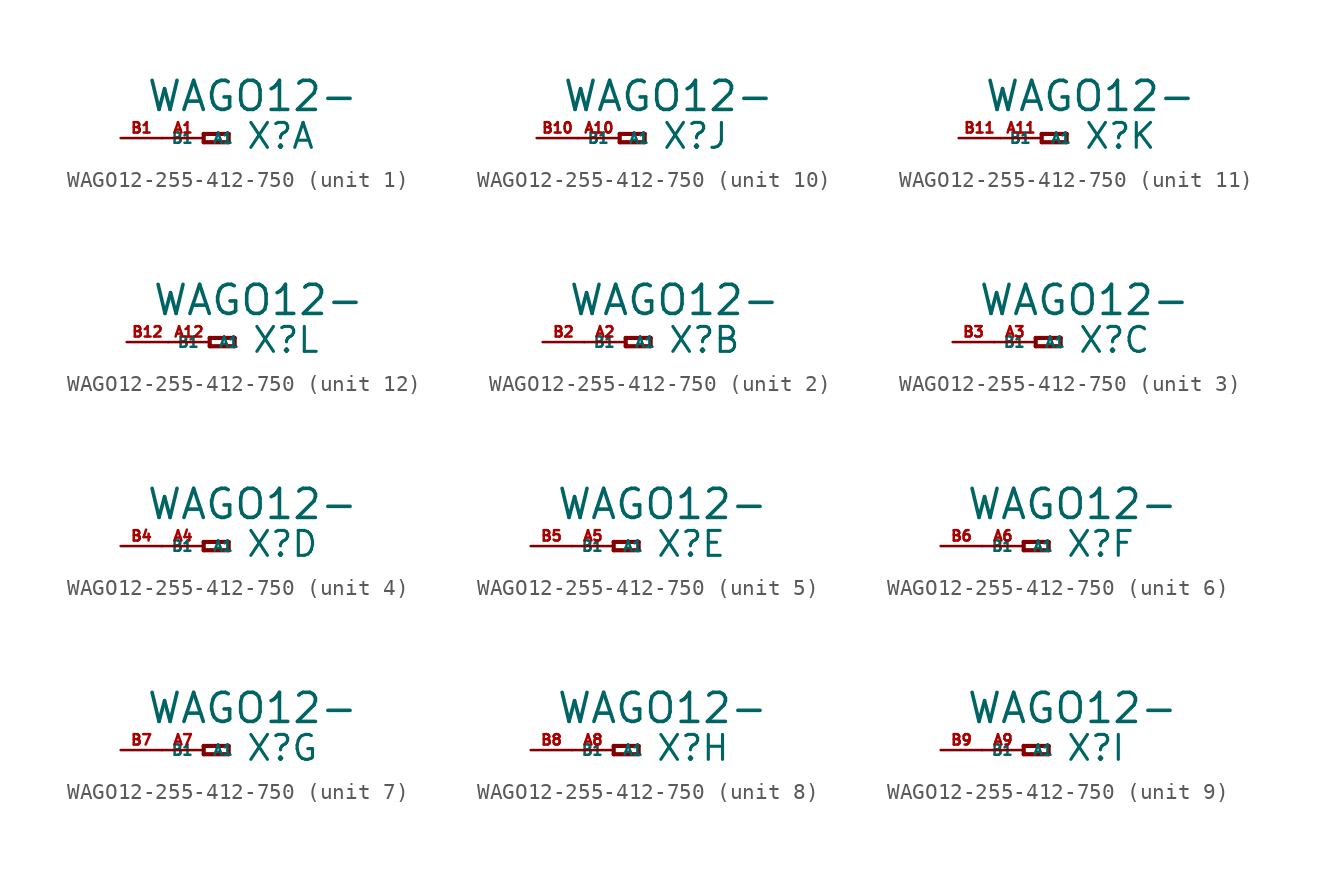
<source format=kicad_sym>
(kicad_symbol_lib
  (version 20220914)
  (generator Eagle2Kicad)
  (symbol "WAGO12-255-412-750"
    (property "Reference" "X"
      (at 2.54 -0.762 0)
      (effects (font (size 1.524 1.524) (thickness 0.19)) (justify left bottom)))
    (property "Value" "WAGO12-"
      (at -3.556 1.524 0)
      (effects (font (size 1.778 1.778) (thickness 0.22)) (justify left bottom)))
    (symbol "WAGO12-255-412-750_1_0"
      (polyline (pts (xy 0 0.254) (xy 0 -0.254)) (stroke (width 0.254) (type default)) (fill (type none)))
      (polyline (pts (xy 0 -0.254) (xy 1.524 -0.254)) (stroke (width 0.254) (type default)) (fill (type none)))
      (polyline (pts (xy 1.524 -0.254) (xy 1.524 0.254)) (stroke (width 0.254) (type default)) (fill (type none)))
      (polyline (pts (xy 1.524 0.254) (xy 0 0.254)) (stroke (width 0.254) (type default)) (fill (type none)))
      (pin passive line (at -2.54 0 0) (length 2.54) (name "A1" (effects (font (size 0.635 0.635) (thickness 0.08)) (justify left bottom))) (number "A1" (effects (font (size 0.635 0.635) (thickness 0.08)) (justify left bottom))))
      (pin passive line (at -5.08 0 0) (length 2.54) (name "B1" (effects (font (size 0.635 0.635) (thickness 0.08)) (justify left bottom))) (number "B1" (effects (font (size 0.635 0.635) (thickness 0.08)) (justify left bottom)))))
    (symbol "WAGO12-255-412-750_2_0"
      (polyline (pts (xy 0 0.254) (xy 0 -0.254)) (stroke (width 0.254) (type default)) (fill (type none)))
      (polyline (pts (xy 0 -0.254) (xy 1.524 -0.254)) (stroke (width 0.254) (type default)) (fill (type none)))
      (polyline (pts (xy 1.524 -0.254) (xy 1.524 0.254)) (stroke (width 0.254) (type default)) (fill (type none)))
      (polyline (pts (xy 1.524 0.254) (xy 0 0.254)) (stroke (width 0.254) (type default)) (fill (type none)))
      (pin passive line (at -2.54 0 0) (length 2.54) (name "A1" (effects (font (size 0.635 0.635) (thickness 0.08)) (justify left bottom))) (number "A2" (effects (font (size 0.635 0.635) (thickness 0.08)) (justify left bottom))))
      (pin passive line (at -5.08 0 0) (length 2.54) (name "B1" (effects (font (size 0.635 0.635) (thickness 0.08)) (justify left bottom))) (number "B2" (effects (font (size 0.635 0.635) (thickness 0.08)) (justify left bottom)))))
    (symbol "WAGO12-255-412-750_3_0"
      (polyline (pts (xy 0 0.254) (xy 0 -0.254)) (stroke (width 0.254) (type default)) (fill (type none)))
      (polyline (pts (xy 0 -0.254) (xy 1.524 -0.254)) (stroke (width 0.254) (type default)) (fill (type none)))
      (polyline (pts (xy 1.524 -0.254) (xy 1.524 0.254)) (stroke (width 0.254) (type default)) (fill (type none)))
      (polyline (pts (xy 1.524 0.254) (xy 0 0.254)) (stroke (width 0.254) (type default)) (fill (type none)))
      (pin passive line (at -2.54 0 0) (length 2.54) (name "A1" (effects (font (size 0.635 0.635) (thickness 0.08)) (justify left bottom))) (number "A3" (effects (font (size 0.635 0.635) (thickness 0.08)) (justify left bottom))))
      (pin passive line (at -5.08 0 0) (length 2.54) (name "B1" (effects (font (size 0.635 0.635) (thickness 0.08)) (justify left bottom))) (number "B3" (effects (font (size 0.635 0.635) (thickness 0.08)) (justify left bottom)))))
    (symbol "WAGO12-255-412-750_4_0"
      (polyline (pts (xy 0 0.254) (xy 0 -0.254)) (stroke (width 0.254) (type default)) (fill (type none)))
      (polyline (pts (xy 0 -0.254) (xy 1.524 -0.254)) (stroke (width 0.254) (type default)) (fill (type none)))
      (polyline (pts (xy 1.524 -0.254) (xy 1.524 0.254)) (stroke (width 0.254) (type default)) (fill (type none)))
      (polyline (pts (xy 1.524 0.254) (xy 0 0.254)) (stroke (width 0.254) (type default)) (fill (type none)))
      (pin passive line (at -2.54 0 0) (length 2.54) (name "A1" (effects (font (size 0.635 0.635) (thickness 0.08)) (justify left bottom))) (number "A4" (effects (font (size 0.635 0.635) (thickness 0.08)) (justify left bottom))))
      (pin passive line (at -5.08 0 0) (length 2.54) (name "B1" (effects (font (size 0.635 0.635) (thickness 0.08)) (justify left bottom))) (number "B4" (effects (font (size 0.635 0.635) (thickness 0.08)) (justify left bottom)))))
    (symbol "WAGO12-255-412-750_5_0"
      (polyline (pts (xy 0 0.254) (xy 0 -0.254)) (stroke (width 0.254) (type default)) (fill (type none)))
      (polyline (pts (xy 0 -0.254) (xy 1.524 -0.254)) (stroke (width 0.254) (type default)) (fill (type none)))
      (polyline (pts (xy 1.524 -0.254) (xy 1.524 0.254)) (stroke (width 0.254) (type default)) (fill (type none)))
      (polyline (pts (xy 1.524 0.254) (xy 0 0.254)) (stroke (width 0.254) (type default)) (fill (type none)))
      (pin passive line (at -2.54 0 0) (length 2.54) (name "A1" (effects (font (size 0.635 0.635) (thickness 0.08)) (justify left bottom))) (number "A5" (effects (font (size 0.635 0.635) (thickness 0.08)) (justify left bottom))))
      (pin passive line (at -5.08 0 0) (length 2.54) (name "B1" (effects (font (size 0.635 0.635) (thickness 0.08)) (justify left bottom))) (number "B5" (effects (font (size 0.635 0.635) (thickness 0.08)) (justify left bottom)))))
    (symbol "WAGO12-255-412-750_6_0"
      (polyline (pts (xy 0 0.254) (xy 0 -0.254)) (stroke (width 0.254) (type default)) (fill (type none)))
      (polyline (pts (xy 0 -0.254) (xy 1.524 -0.254)) (stroke (width 0.254) (type default)) (fill (type none)))
      (polyline (pts (xy 1.524 -0.254) (xy 1.524 0.254)) (stroke (width 0.254) (type default)) (fill (type none)))
      (polyline (pts (xy 1.524 0.254) (xy 0 0.254)) (stroke (width 0.254) (type default)) (fill (type none)))
      (pin passive line (at -2.54 0 0) (length 2.54) (name "A1" (effects (font (size 0.635 0.635) (thickness 0.08)) (justify left bottom))) (number "A6" (effects (font (size 0.635 0.635) (thickness 0.08)) (justify left bottom))))
      (pin passive line (at -5.08 0 0) (length 2.54) (name "B1" (effects (font (size 0.635 0.635) (thickness 0.08)) (justify left bottom))) (number "B6" (effects (font (size 0.635 0.635) (thickness 0.08)) (justify left bottom)))))
    (symbol "WAGO12-255-412-750_7_0"
      (polyline (pts (xy 0 0.254) (xy 0 -0.254)) (stroke (width 0.254) (type default)) (fill (type none)))
      (polyline (pts (xy 0 -0.254) (xy 1.524 -0.254)) (stroke (width 0.254) (type default)) (fill (type none)))
      (polyline (pts (xy 1.524 -0.254) (xy 1.524 0.254)) (stroke (width 0.254) (type default)) (fill (type none)))
      (polyline (pts (xy 1.524 0.254) (xy 0 0.254)) (stroke (width 0.254) (type default)) (fill (type none)))
      (pin passive line (at -2.54 0 0) (length 2.54) (name "A1" (effects (font (size 0.635 0.635) (thickness 0.08)) (justify left bottom))) (number "A7" (effects (font (size 0.635 0.635) (thickness 0.08)) (justify left bottom))))
      (pin passive line (at -5.08 0 0) (length 2.54) (name "B1" (effects (font (size 0.635 0.635) (thickness 0.08)) (justify left bottom))) (number "B7" (effects (font (size 0.635 0.635) (thickness 0.08)) (justify left bottom)))))
    (symbol "WAGO12-255-412-750_8_0"
      (polyline (pts (xy 0 0.254) (xy 0 -0.254)) (stroke (width 0.254) (type default)) (fill (type none)))
      (polyline (pts (xy 0 -0.254) (xy 1.524 -0.254)) (stroke (width 0.254) (type default)) (fill (type none)))
      (polyline (pts (xy 1.524 -0.254) (xy 1.524 0.254)) (stroke (width 0.254) (type default)) (fill (type none)))
      (polyline (pts (xy 1.524 0.254) (xy 0 0.254)) (stroke (width 0.254) (type default)) (fill (type none)))
      (pin passive line (at -2.54 0 0) (length 2.54) (name "A1" (effects (font (size 0.635 0.635) (thickness 0.08)) (justify left bottom))) (number "A8" (effects (font (size 0.635 0.635) (thickness 0.08)) (justify left bottom))))
      (pin passive line (at -5.08 0 0) (length 2.54) (name "B1" (effects (font (size 0.635 0.635) (thickness 0.08)) (justify left bottom))) (number "B8" (effects (font (size 0.635 0.635) (thickness 0.08)) (justify left bottom)))))
    (symbol "WAGO12-255-412-750_9_0"
      (polyline (pts (xy 0 0.254) (xy 0 -0.254)) (stroke (width 0.254) (type default)) (fill (type none)))
      (polyline (pts (xy 0 -0.254) (xy 1.524 -0.254)) (stroke (width 0.254) (type default)) (fill (type none)))
      (polyline (pts (xy 1.524 -0.254) (xy 1.524 0.254)) (stroke (width 0.254) (type default)) (fill (type none)))
      (polyline (pts (xy 1.524 0.254) (xy 0 0.254)) (stroke (width 0.254) (type default)) (fill (type none)))
      (pin passive line (at -2.54 0 0) (length 2.54) (name "A1" (effects (font (size 0.635 0.635) (thickness 0.08)) (justify left bottom))) (number "A9" (effects (font (size 0.635 0.635) (thickness 0.08)) (justify left bottom))))
      (pin passive line (at -5.08 0 0) (length 2.54) (name "B1" (effects (font (size 0.635 0.635) (thickness 0.08)) (justify left bottom))) (number "B9" (effects (font (size 0.635 0.635) (thickness 0.08)) (justify left bottom)))))
    (symbol "WAGO12-255-412-750_10_0"
      (polyline (pts (xy 0 0.254) (xy 0 -0.254)) (stroke (width 0.254) (type default)) (fill (type none)))
      (polyline (pts (xy 0 -0.254) (xy 1.524 -0.254)) (stroke (width 0.254) (type default)) (fill (type none)))
      (polyline (pts (xy 1.524 -0.254) (xy 1.524 0.254)) (stroke (width 0.254) (type default)) (fill (type none)))
      (polyline (pts (xy 1.524 0.254) (xy 0 0.254)) (stroke (width 0.254) (type default)) (fill (type none)))
      (pin passive line (at -2.54 0 0) (length 2.54) (name "A1" (effects (font (size 0.635 0.635) (thickness 0.08)) (justify left bottom))) (number "A10" (effects (font (size 0.635 0.635) (thickness 0.08)) (justify left bottom))))
      (pin passive line (at -5.08 0 0) (length 2.54) (name "B1" (effects (font (size 0.635 0.635) (thickness 0.08)) (justify left bottom))) (number "B10" (effects (font (size 0.635 0.635) (thickness 0.08)) (justify left bottom)))))
    (symbol "WAGO12-255-412-750_11_0"
      (polyline (pts (xy 0 0.254) (xy 0 -0.254)) (stroke (width 0.254) (type default)) (fill (type none)))
      (polyline (pts (xy 0 -0.254) (xy 1.524 -0.254)) (stroke (width 0.254) (type default)) (fill (type none)))
      (polyline (pts (xy 1.524 -0.254) (xy 1.524 0.254)) (stroke (width 0.254) (type default)) (fill (type none)))
      (polyline (pts (xy 1.524 0.254) (xy 0 0.254)) (stroke (width 0.254) (type default)) (fill (type none)))
      (pin passive line (at -2.54 0 0) (length 2.54) (name "A1" (effects (font (size 0.635 0.635) (thickness 0.08)) (justify left bottom))) (number "A11" (effects (font (size 0.635 0.635) (thickness 0.08)) (justify left bottom))))
      (pin passive line (at -5.08 0 0) (length 2.54) (name "B1" (effects (font (size 0.635 0.635) (thickness 0.08)) (justify left bottom))) (number "B11" (effects (font (size 0.635 0.635) (thickness 0.08)) (justify left bottom)))))
    (symbol "WAGO12-255-412-750_12_0"
      (polyline (pts (xy 0 0.254) (xy 0 -0.254)) (stroke (width 0.254) (type default)) (fill (type none)))
      (polyline (pts (xy 0 -0.254) (xy 1.524 -0.254)) (stroke (width 0.254) (type default)) (fill (type none)))
      (polyline (pts (xy 1.524 -0.254) (xy 1.524 0.254)) (stroke (width 0.254) (type default)) (fill (type none)))
      (polyline (pts (xy 1.524 0.254) (xy 0 0.254)) (stroke (width 0.254) (type default)) (fill (type none)))
      (pin passive line (at -2.54 0 0) (length 2.54) (name "A1" (effects (font (size 0.635 0.635) (thickness 0.08)) (justify left bottom))) (number "A12" (effects (font (size 0.635 0.635) (thickness 0.08)) (justify left bottom))))
      (pin passive line (at -5.08 0 0) (length 2.54) (name "B1" (effects (font (size 0.635 0.635) (thickness 0.08)) (justify left bottom))) (number "B12" (effects (font (size 0.635 0.635) (thickness 0.08)) (justify left bottom)))))))
</source>
